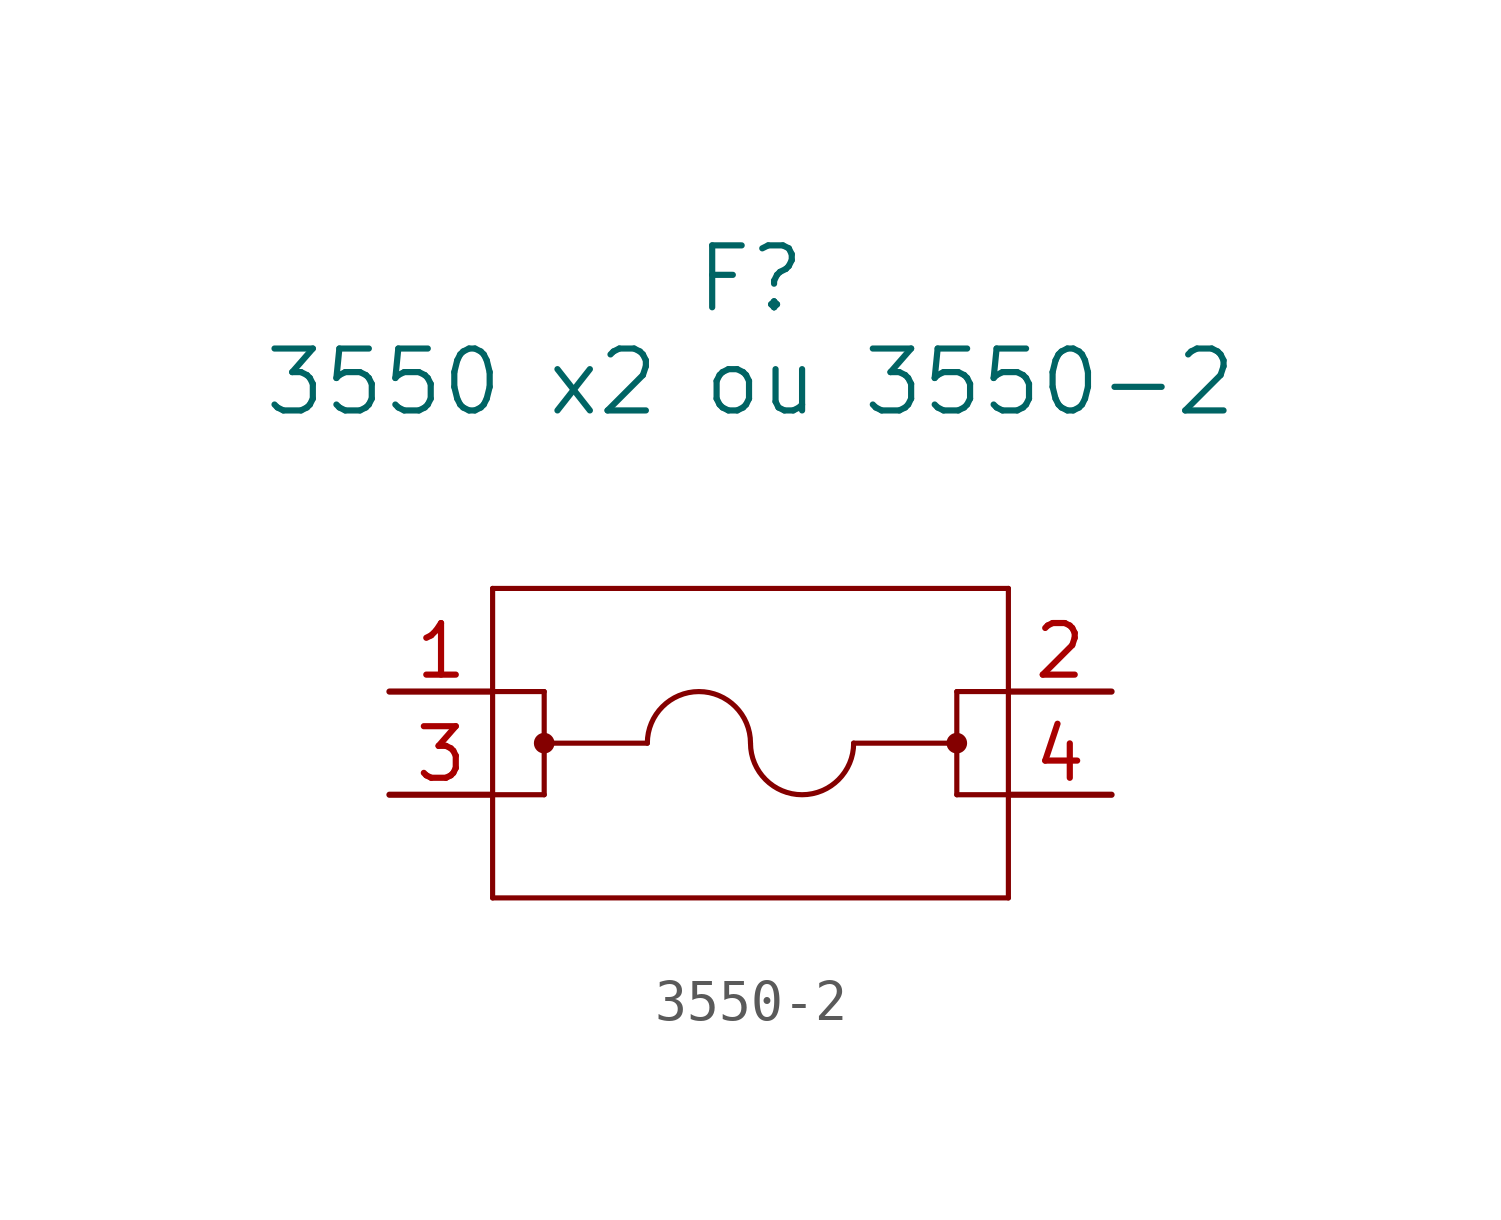
<source format=kicad_sym>
(kicad_symbol_lib
  (version 20231120)
  (generator "kicad_symbol_editor")
  (generator_version "8.0")
  (symbol "3550-2"
    (pin_names
      (offset 0.254))
    (property "Reference" "F"
      (at 20.32 10.16 0)
      (effects (font (size 1.524 1.524))))
    (property "Value" "3550 x2 ou 3550-2 "
      (at 20.32 7.62 0)
      (effects (font (size 1.524 1.524))))
    (symbol "3550-2_0_1"
      (polyline (pts (xy 13.97 -5.08) (xy 26.67 -5.08)) (stroke (width 0.127) (type default)) (fill (type none)))
      (polyline (pts (xy 13.97 -2.54) (xy 15.24 -2.54)) (stroke (width 0.127) (type default)) (fill (type none)))
      (polyline (pts (xy 13.97 0) (xy 15.24 0)) (stroke (width 0.127) (type default)) (fill (type none)))
      (polyline (pts (xy 13.97 2.54) (xy 13.97 -5.08)) (stroke (width 0.127) (type default)) (fill (type none)))
      (polyline (pts (xy 15.24 -1.27) (xy 17.78 -1.27)) (stroke (width 0.127) (type default)) (fill (type none)))
      (polyline (pts (xy 15.24 0) (xy 15.24 -2.54)) (stroke (width 0.127) (type default)) (fill (type none)))
      (polyline (pts (xy 22.86 -1.27) (xy 25.4 -1.27)) (stroke (width 0.127) (type default)) (fill (type none)))
      (polyline (pts (xy 25.4 -2.54) (xy 25.4 0)) (stroke (width 0.127) (type default)) (fill (type none)))
      (polyline (pts (xy 25.4 0) (xy 26.67 0)) (stroke (width 0.127) (type default)) (fill (type none)))
      (polyline (pts (xy 26.67 -5.08) (xy 26.67 2.54)) (stroke (width 0.127) (type default)) (fill (type none)))
      (polyline (pts (xy 26.67 -2.54) (xy 25.4 -2.54)) (stroke (width 0.127) (type default)) (fill (type none)))
      (polyline (pts (xy 26.67 2.54) (xy 13.97 2.54)) (stroke (width 0.127) (type default)) (fill (type none)))
      (circle (center 15.24 -1.27) (radius 0.127) (stroke (width 0.254) (type default)) (fill (type none)))
      (arc (start 20.32 -1.27) (mid 19.05 -0.0055) (end 17.78 -1.27) (stroke (width 0.127) (type default)) (fill (type none)))
      (arc (start 20.32 -1.27) (mid 21.59 -2.5344) (end 22.86 -1.27) (stroke (width 0.127) (type default)) (fill (type none)))
      (circle (center 25.4 -1.27) (radius 0.127) (stroke (width 0.254) (type default)) (fill (type none)))
      (pin unspecified line (at 11.43 0 0) (length 2.54) (name "" (effects (font (size 1.27 1.27)))) (number "1" (effects (font (size 1.27 1.27)))))
      (pin unspecified line (at 11.43 -2.54 0) (length 2.54) (name "" (effects (font (size 1.27 1.27)))) (number "3" (effects (font (size 1.27 1.27))))))
    (symbol "3550-2_1_1"
      (pin unspecified line (at 29.21 0 180) (length 2.54) (name "" (effects (font (size 1.27 1.27)))) (number "2" (effects (font (size 1.27 1.27)))))
      (pin unspecified line (at 29.21 -2.54 180) (length 2.54) (name "" (effects (font (size 1.27 1.27)))) (number "4" (effects (font (size 1.27 1.27))))))))
</source>
